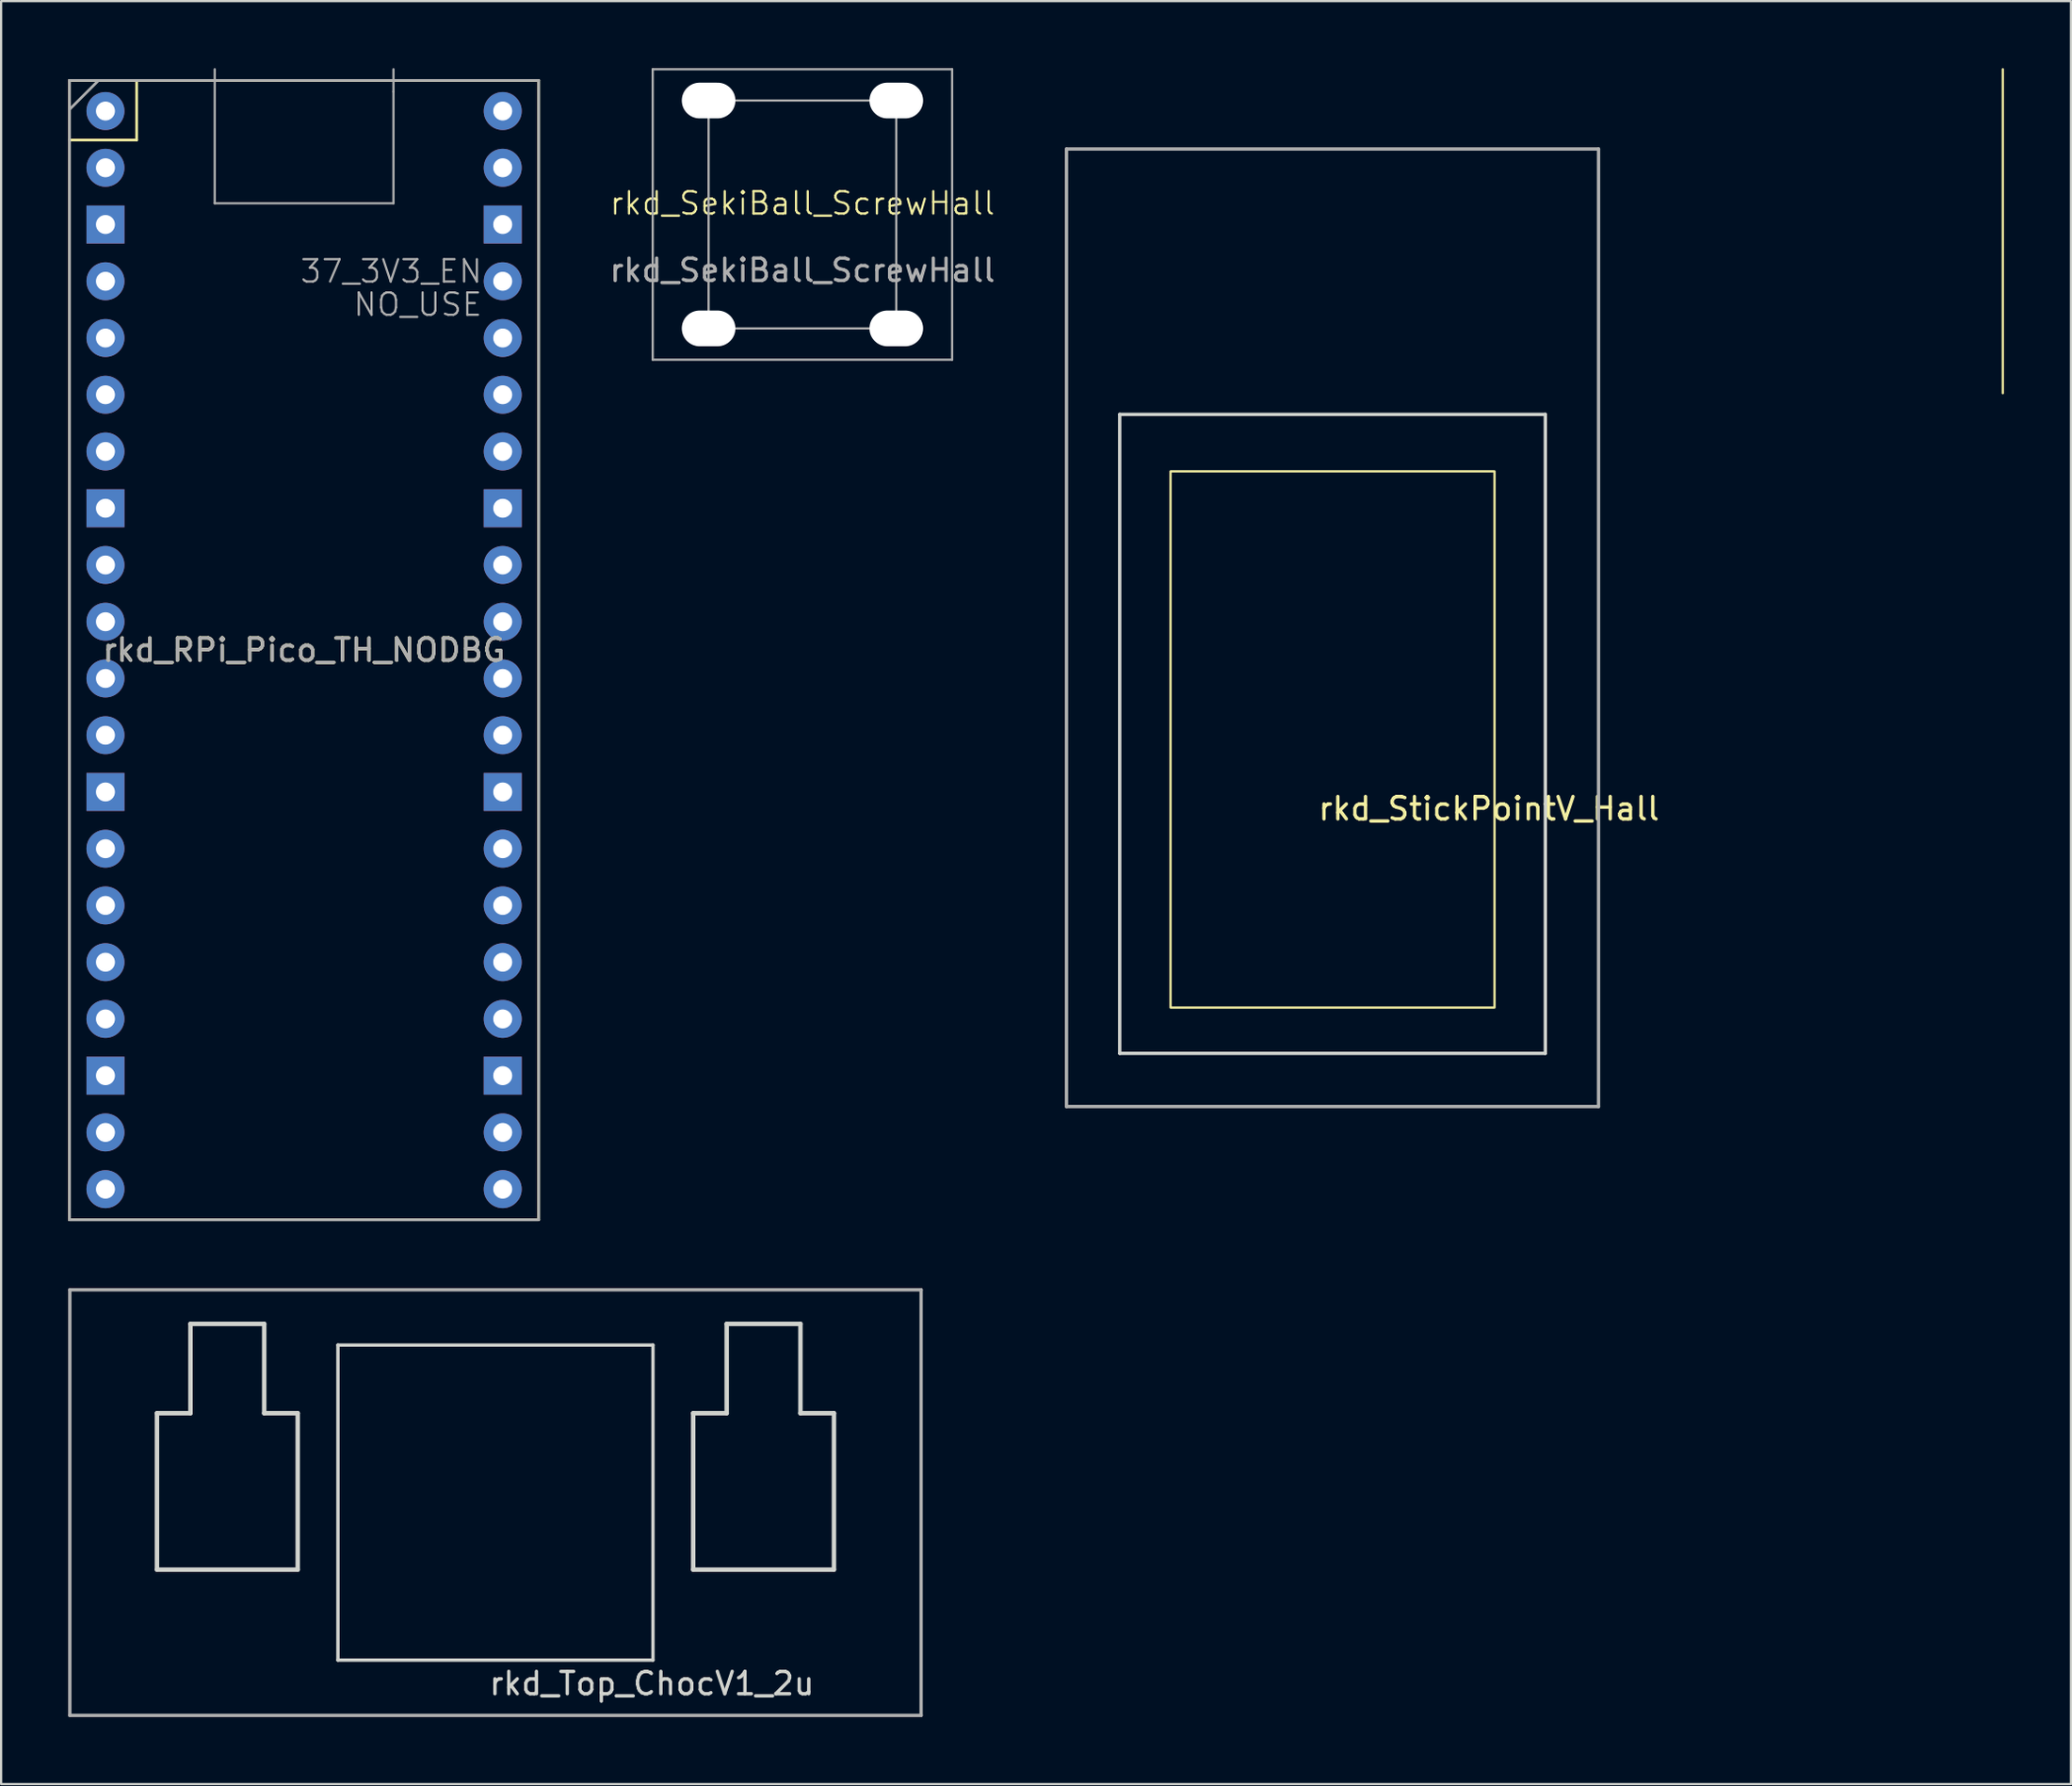
<source format=kicad_pcb>
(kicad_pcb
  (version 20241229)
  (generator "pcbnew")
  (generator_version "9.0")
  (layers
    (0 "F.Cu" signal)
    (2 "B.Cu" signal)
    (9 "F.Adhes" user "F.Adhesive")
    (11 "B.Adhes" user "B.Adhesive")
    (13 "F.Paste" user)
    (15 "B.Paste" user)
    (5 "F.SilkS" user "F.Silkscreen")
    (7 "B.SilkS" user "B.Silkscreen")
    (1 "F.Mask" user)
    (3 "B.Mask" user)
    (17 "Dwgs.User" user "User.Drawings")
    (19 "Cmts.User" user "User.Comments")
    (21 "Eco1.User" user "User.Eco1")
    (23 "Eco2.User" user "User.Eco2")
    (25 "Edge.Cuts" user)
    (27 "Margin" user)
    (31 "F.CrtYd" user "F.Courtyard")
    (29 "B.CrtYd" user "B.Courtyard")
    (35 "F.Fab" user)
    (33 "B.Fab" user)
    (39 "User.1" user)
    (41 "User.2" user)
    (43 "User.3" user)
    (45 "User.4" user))
  (footprint "rkd_StickPointV_Hall"
    (layer "F.Cu")
    (at 56.589 25.05)
    (property "Reference" "rkd_StickPointV_Hall" (at 7 8.1 0) (layer "F.SilkS") (effects (font (size 1 1) (thickness 0.15))))
    (attr through_hole)
    (fp_line (start 30 -25) (end 30 -10.5) (stroke (width 0.1) (type default)) (layer "F.SilkS"))
    (fp_rect (start -7.25 -7) (end 7.25 17) (stroke (width 0.1) (type default)) (fill no) (layer "F.SilkS"))
    (fp_line (start -9.525 -9.55) (end 9.525 -9.55) (stroke (width 0.15) (type solid)) (layer "Edge.Cuts"))
    (fp_line (start -9.525 19.05) (end -9.525 -9.55) (stroke (width 0.15) (type solid)) (layer "Edge.Cuts"))
    (fp_line (start 9.525 -9.55) (end 9.525 19.05) (stroke (width 0.15) (type solid)) (layer "Edge.Cuts"))
    (fp_line (start 9.525 19.05) (end -9.525 19.05) (stroke (width 0.15) (type solid)) (layer "Edge.Cuts"))
    (fp_line (start -11.906 -21.431) (end -11.906 21.431) (stroke (width 0.15) (type solid)) (layer "F.Fab"))
    (fp_line (start -11.906 21.431) (end 11.906 21.431) (stroke (width 0.15) (type solid)) (layer "F.Fab"))
    (fp_line (start 11.906 -21.431) (end -11.906 -21.431) (stroke (width 0.15) (type solid)) (layer "F.Fab"))
    (fp_line (start 11.906 21.431) (end 11.906 -21.431) (stroke (width 0.15) (type solid)) (layer "F.Fab")))
  (footprint "rkd_SekiBall_ScrewHall"
    (layer "F.Cu")
    (at 32.864 6.55)
    (property "Reference" "rkd_SekiBall_ScrewHall" (at 0 -0.5 0) (unlocked yes) (layer "F.SilkS") (effects (font (size 1 1) (thickness 0.1))))
    (attr smd)
    (fp_line (start -6.7 -6.5) (end -6.7 6.5) (stroke (width 0.1) (type default)) (layer "F.Fab"))
    (fp_line (start -6.7 -6.5) (end 6.7 -6.5) (stroke (width 0.1) (type default)) (layer "F.Fab"))
    (fp_line (start -6.7 6.5) (end 6.7 6.5) (stroke (width 0.1) (type default)) (layer "F.Fab"))
    (fp_line (start -4.2 -5.1) (end 4.2 -5.1) (stroke (width 0.1) (type default)) (layer "F.Fab"))
    (fp_line (start -4.2 5.1) (end -4.2 -5.1) (stroke (width 0.1) (type default)) (layer "F.Fab"))
    (fp_line (start -4.2 5.1) (end 4.2 5.1) (stroke (width 0.1) (type default)) (layer "F.Fab"))
    (fp_line (start 4.2 -5.1) (end 4.2 5.1) (stroke (width 0.1) (type default)) (layer "F.Fab"))
    (fp_line (start 6.7 -6.5) (end 6.7 6.5) (stroke (width 0.1) (type default)) (layer "F.Fab"))
    (fp_text user "${REFERENCE}" (at 0 2.5 0) (unlocked yes) (layer "F.Fab") (effects (font (size 1 1) (thickness 0.15))))
    (pad "" np_thru_hole oval (at -4.2 -5.1) (size 2.4 1.6) (drill oval 2.4 1.6) (layers "*.Cu" "*.Mask"))
    (pad "" np_thru_hole oval (at -4.2 5.1) (size 2.4 1.6) (drill oval 2.4 1.6) (layers "*.Cu" "*.Mask"))
    (pad "" np_thru_hole oval (at 4.2 -5.1) (size 2.4 1.6) (drill oval 2.4 1.6) (layers "*.Cu" "*.Mask"))
    (pad "" np_thru_hole oval (at 4.2 5.1) (size 2.4 1.6) (drill oval 2.4 1.6) (layers "*.Cu" "*.Mask")))
  (footprint "rkd_RPi_Pico_TH_NODBG"
    (layer "F.Cu")
    (at 10.56 26.05)
    (property "Reference" "rkd_RPi_Pico_TH_NODBG" (at 0 0 0) (layer "F.SilkS") (effects (font (size 1 1) (thickness 0.15))))
    (attr through_hole)
    (fp_line (start -10.5 -25.5) (end -10.5 25.5) (stroke (width 0.12) (type solid)) (layer "F.SilkS"))
    (fp_line (start -10.5 -25.5) (end 10.5 -25.5) (stroke (width 0.12) (type solid)) (layer "F.SilkS"))
    (fp_line (start -10.5 -22.833) (end -7.493 -22.833) (stroke (width 0.12) (type solid)) (layer "F.SilkS"))
    (fp_line (start -7.493 -22.833) (end -7.493 -25.5) (stroke (width 0.12) (type solid)) (layer "F.SilkS"))
    (fp_line (start 10.5 -25.5) (end 10.5 25.5) (stroke (width 0.12) (type solid)) (layer "F.SilkS"))
    (fp_line (start 10.5 25.5) (end -10.5 25.5) (stroke (width 0.12) (type solid)) (layer "F.SilkS"))
    (fp_line (start -10.5 -25.5) (end 10.5 -25.5) (stroke (width 0.12) (type solid)) (layer "F.Fab"))
    (fp_line (start -10.5 -24.2) (end -9.2 -25.5) (stroke (width 0.12) (type solid)) (layer "F.Fab"))
    (fp_line (start -10.5 25.5) (end -10.5 -25.5) (stroke (width 0.12) (type solid)) (layer "F.Fab"))
    (fp_line (start -4 -26) (end -4 -20) (stroke (width 0.1) (type default)) (layer "F.Fab"))
    (fp_line (start -4 -20) (end 4 -20) (stroke (width 0.1) (type default)) (layer "F.Fab"))
    (fp_line (start 4 -25) (end 4 -26) (stroke (width 0.1) (type default)) (layer "F.Fab"))
    (fp_line (start 4 -20) (end 4 -25) (stroke (width 0.1) (type default)) (layer "F.Fab"))
    (fp_line (start 10.5 -25.5) (end 10.5 25.5) (stroke (width 0.12) (type solid)) (layer "F.Fab"))
    (fp_line (start 10.5 25.5) (end -10.5 25.5) (stroke (width 0.12) (type solid)) (layer "F.Fab"))
    (fp_text user "37_3V3_EN" (at 8.037 -16.371 0) (unlocked yes) (layer "F.Fab") (effects (font (size 1 1) (thickness 0.1)) (justify right bottom)))
    (fp_text user "NO_USE" (at 8.037 -14.883 0) (unlocked yes) (layer "F.Fab") (effects (font (size 1 1) (thickness 0.1)) (justify right bottom)))
    (fp_text user "${REFERENCE}" (at 0 0 180) (layer "F.Fab") (effects (font (size 1 1) (thickness 0.15))))
    (pad "1" thru_hole oval (at -8.89 -24.13) (size 1.7 1.7) (drill 0.85) (layers "*.Cu" "*.Mask"))
    (pad "2" thru_hole oval (at -8.89 -21.59) (size 1.7 1.7) (drill 0.85) (layers "*.Cu" "*.Mask"))
    (pad "3" thru_hole rect (at -8.89 -19.05) (size 1.7 1.7) (drill 0.85) (layers "*.Cu" "*.Mask"))
    (pad "4" thru_hole oval (at -8.89 -16.51) (size 1.7 1.7) (drill 0.85) (layers "*.Cu" "*.Mask"))
    (pad "5" thru_hole oval (at -8.89 -13.97) (size 1.7 1.7) (drill 0.85) (layers "*.Cu" "*.Mask"))
    (pad "6" thru_hole oval (at -8.89 -11.43) (size 1.7 1.7) (drill 0.85) (layers "*.Cu" "*.Mask"))
    (pad "7" thru_hole oval (at -8.89 -8.89) (size 1.7 1.7) (drill 0.85) (layers "*.Cu" "*.Mask"))
    (pad "8" thru_hole rect (at -8.89 -6.35) (size 1.7 1.7) (drill 0.85) (layers "*.Cu" "*.Mask"))
    (pad "9" thru_hole oval (at -8.89 -3.81) (size 1.7 1.7) (drill 0.85) (layers "*.Cu" "*.Mask"))
    (pad "10" thru_hole oval (at -8.89 -1.27) (size 1.7 1.7) (drill 0.85) (layers "*.Cu" "*.Mask"))
    (pad "11" thru_hole oval (at -8.89 1.27) (size 1.7 1.7) (drill 0.85) (layers "*.Cu" "*.Mask"))
    (pad "12" thru_hole oval (at -8.89 3.81) (size 1.7 1.7) (drill 0.85) (layers "*.Cu" "*.Mask"))
    (pad "13" thru_hole rect (at -8.89 6.35) (size 1.7 1.7) (drill 0.85) (layers "*.Cu" "*.Mask"))
    (pad "14" thru_hole oval (at -8.89 8.89) (size 1.7 1.7) (drill 0.85) (layers "*.Cu" "*.Mask"))
    (pad "15" thru_hole oval (at -8.89 11.43) (size 1.7 1.7) (drill 0.85) (layers "*.Cu" "*.Mask"))
    (pad "16" thru_hole oval (at -8.89 13.97) (size 1.7 1.7) (drill 0.85) (layers "*.Cu" "*.Mask"))
    (pad "17" thru_hole oval (at -8.89 16.51) (size 1.7 1.7) (drill 0.85) (layers "*.Cu" "*.Mask"))
    (pad "18" thru_hole rect (at -8.89 19.05) (size 1.7 1.7) (drill 0.85) (layers "*.Cu" "*.Mask"))
    (pad "19" thru_hole oval (at -8.89 21.59) (size 1.7 1.7) (drill 0.85) (layers "*.Cu" "*.Mask"))
    (pad "20" thru_hole oval (at -8.89 24.13) (size 1.7 1.7) (drill 0.85) (layers "*.Cu" "*.Mask"))
    (pad "21" thru_hole oval (at 8.89 24.13) (size 1.7 1.7) (drill 0.85) (layers "*.Cu" "*.Mask"))
    (pad "22" thru_hole oval (at 8.89 21.59) (size 1.7 1.7) (drill 0.85) (layers "*.Cu" "*.Mask"))
    (pad "23" thru_hole rect (at 8.89 19.05) (size 1.7 1.7) (drill 0.85) (layers "*.Cu" "*.Mask"))
    (pad "24" thru_hole oval (at 8.89 16.51) (size 1.7 1.7) (drill 0.85) (layers "*.Cu" "*.Mask"))
    (pad "25" thru_hole oval (at 8.89 13.97) (size 1.7 1.7) (drill 0.85) (layers "*.Cu" "*.Mask"))
    (pad "26" thru_hole oval (at 8.89 11.43) (size 1.7 1.7) (drill 0.85) (layers "*.Cu" "*.Mask"))
    (pad "27" thru_hole oval (at 8.89 8.89) (size 1.7 1.7) (drill 0.85) (layers "*.Cu" "*.Mask"))
    (pad "28" thru_hole rect (at 8.89 6.35) (size 1.7 1.7) (drill 0.85) (layers "*.Cu" "*.Mask"))
    (pad "29" thru_hole oval (at 8.89 3.81) (size 1.7 1.7) (drill 0.85) (layers "*.Cu" "*.Mask"))
    (pad "30" thru_hole oval (at 8.89 1.27) (size 1.7 1.7) (drill 0.85) (layers "*.Cu" "*.Mask"))
    (pad "31" thru_hole oval (at 8.89 -1.27) (size 1.7 1.7) (drill 0.85) (layers "*.Cu" "*.Mask"))
    (pad "32" thru_hole oval (at 8.89 -3.81) (size 1.7 1.7) (drill 0.85) (layers "*.Cu" "*.Mask"))
    (pad "33" thru_hole rect (at 8.89 -6.35) (size 1.7 1.7) (drill 0.85) (layers "*.Cu" "*.Mask"))
    (pad "34" thru_hole oval (at 8.89 -8.89) (size 1.7 1.7) (drill 0.85) (layers "*.Cu" "*.Mask"))
    (pad "35" thru_hole oval (at 8.89 -11.43) (size 1.7 1.7) (drill 0.85) (layers "*.Cu" "*.Mask"))
    (pad "36" thru_hole oval (at 8.89 -13.97) (size 1.7 1.7) (drill 0.85) (layers "*.Cu" "*.Mask"))
    (pad "37" thru_hole oval (at 8.89 -16.51) (size 1.7 1.7) (drill 0.85) (layers "*.Cu" "*.Mask"))
    (pad "38" thru_hole rect (at 8.89 -19.05) (size 1.7 1.7) (drill 0.85) (layers "*.Cu" "*.Mask"))
    (pad "39" thru_hole oval (at 8.89 -21.59) (size 1.7 1.7) (drill 0.85) (layers "*.Cu" "*.Mask"))
    (pad "40" thru_hole oval (at 8.89 -24.13) (size 1.7 1.7) (drill 0.85) (layers "*.Cu" "*.Mask")))
  (footprint "rkd_Top_ChocV1_2u"
    (layer "F.Cu")
    (at 19.125 64.21)
    (property "Reference" "rkd_Top_ChocV1_2u" (at 7 8.1 0) (layer "Edge.Cuts") (effects (font (size 1 1) (thickness 0.15))))
    (attr through_hole)
    (fp_line (start -15.15 -4) (end -15.15 3) (stroke (width 0.2) (type solid)) (layer "Edge.Cuts"))
    (fp_line (start -13.65 -8) (end -13.65 -4) (stroke (width 0.2) (type solid)) (layer "Edge.Cuts"))
    (fp_line (start -13.65 -8) (end -10.35 -8) (stroke (width 0.2) (type solid)) (layer "Edge.Cuts"))
    (fp_line (start -13.65 -4) (end -15.15 -4) (stroke (width 0.2) (type solid)) (layer "Edge.Cuts"))
    (fp_line (start -10.35 -8) (end -10.35 -4) (stroke (width 0.2) (type solid)) (layer "Edge.Cuts"))
    (fp_line (start -10.35 -4) (end -8.85 -4) (stroke (width 0.2) (type solid)) (layer "Edge.Cuts"))
    (fp_line (start -8.85 -4) (end -8.85 3) (stroke (width 0.2) (type solid)) (layer "Edge.Cuts"))
    (fp_line (start -8.85 3) (end -15.15 3) (stroke (width 0.2) (type solid)) (layer "Edge.Cuts"))
    (fp_line (start -7.05 -7.05) (end 7.05 -7.05) (stroke (width 0.15) (type solid)) (layer "Edge.Cuts"))
    (fp_line (start -7.05 7.05) (end -7.05 -7.05) (stroke (width 0.15) (type solid)) (layer "Edge.Cuts"))
    (fp_line (start 7.05 -7.05) (end 7.05 7.05) (stroke (width 0.15) (type solid)) (layer "Edge.Cuts"))
    (fp_line (start 7.05 7.05) (end -7.05 7.05) (stroke (width 0.15) (type solid)) (layer "Edge.Cuts"))
    (fp_line (start 8.85 -4) (end 8.85 3) (stroke (width 0.2) (type solid)) (layer "Edge.Cuts"))
    (fp_line (start 10.35 -8) (end 10.35 -4) (stroke (width 0.2) (type solid)) (layer "Edge.Cuts"))
    (fp_line (start 10.35 -8) (end 13.65 -8) (stroke (width 0.2) (type solid)) (layer "Edge.Cuts"))
    (fp_line (start 10.35 -4) (end 8.85 -4) (stroke (width 0.2) (type solid)) (layer "Edge.Cuts"))
    (fp_line (start 13.65 -8) (end 13.65 -4) (stroke (width 0.2) (type solid)) (layer "Edge.Cuts"))
    (fp_line (start 13.65 -4) (end 15.15 -4) (stroke (width 0.2) (type solid)) (layer "Edge.Cuts"))
    (fp_line (start 15.15 -4) (end 15.15 3) (stroke (width 0.2) (type solid)) (layer "Edge.Cuts"))
    (fp_line (start 15.15 3) (end 8.85 3) (stroke (width 0.2) (type solid)) (layer "Edge.Cuts"))
    (fp_line (start -19.05 -9.525) (end -19.05 9.525) (stroke (width 0.15) (type solid)) (layer "F.Fab"))
    (fp_line (start -19.05 9.525) (end 19.05 9.525) (stroke (width 0.15) (type solid)) (layer "F.Fab"))
    (fp_line (start 19.05 -9.525) (end -19.05 -9.525) (stroke (width 0.15) (type solid)) (layer "F.Fab"))
    (fp_line (start 19.05 9.525) (end 19.05 -9.525) (stroke (width 0.15) (type solid)) (layer "F.Fab")))
  (gr_rect
    (start -3 -3)
    (end 89.639 76.81)
    (stroke (width 0.1) (type default))
    (fill no)
    (layer "Edge.Cuts")))
</source>
